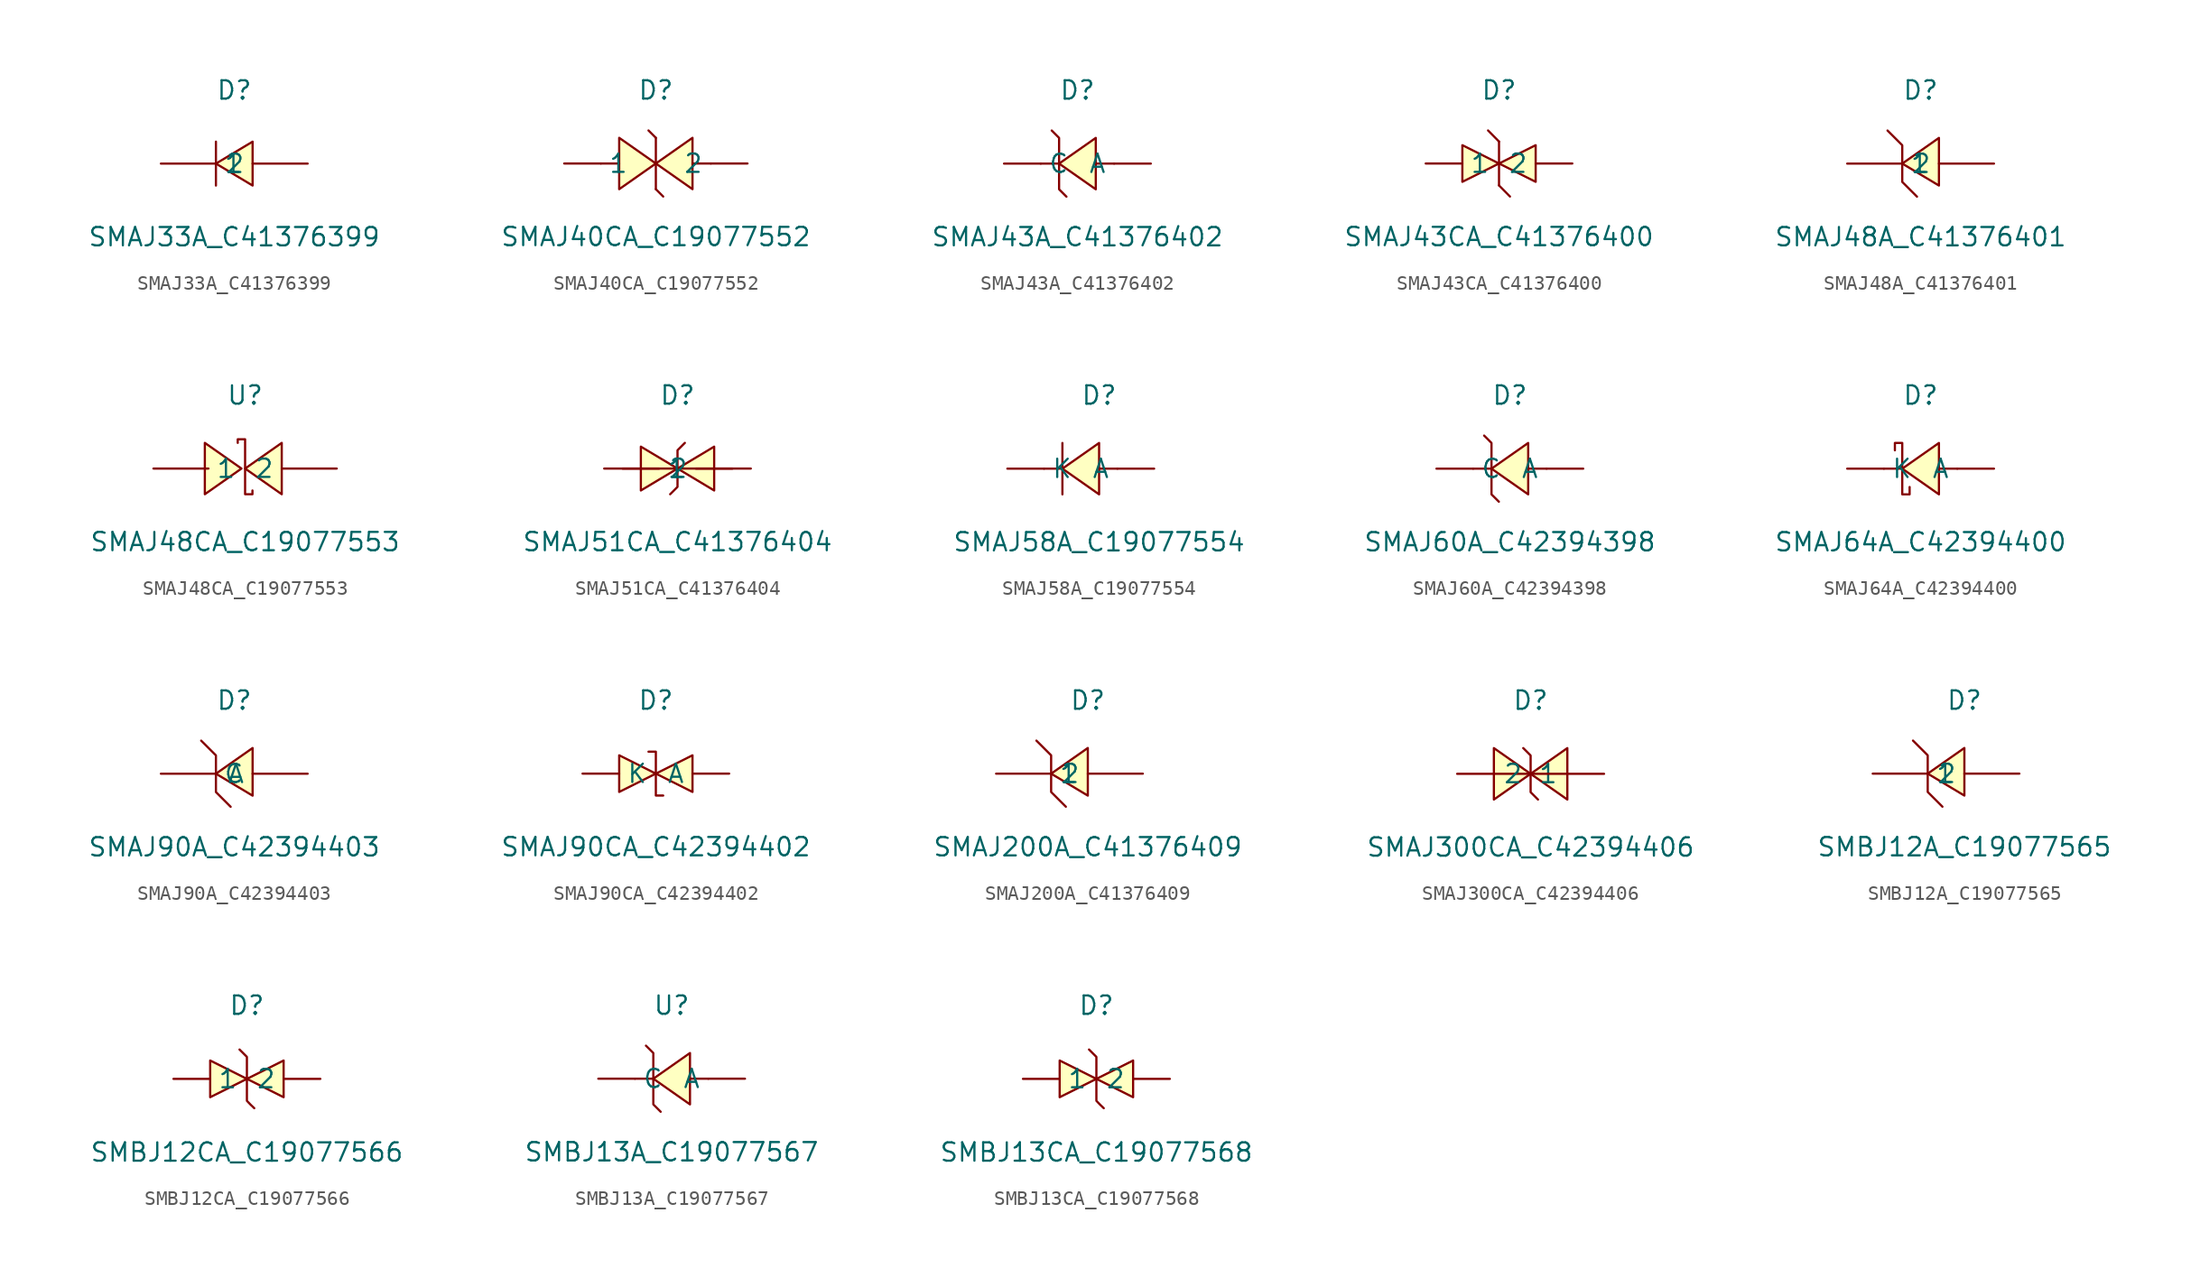
<source format=kicad_sym>
(kicad_symbol_lib
  (version 20241209)
  (generator "kicad_symbol_editor")
  (generator_version "9.0")
  (symbol "SMAJ33A_C41376399"
    (pin_numbers
      (hide yes))
    (property "Reference" "D"
      (at 0 5.08 0)
      (effects (font (size 1.27 1.27))))
    (property "Value" "SMAJ33A_C41376399"
      (at 0 -5.08 0)
      (effects (font (size 1.27 1.27))))
    (symbol "SMAJ33A_C41376399_0_1"
      (polyline (pts (xy -1.27 -1.52) (xy -1.27 1.52)) (stroke (width 0) (type default)) (fill (type none)))
      (polyline (pts (xy 1.27 1.52) (xy -1.27 0) (xy 1.27 -1.52) (xy 1.27 1.52)) (stroke (width 0) (type default)) (fill (type background)))
      (pin unspecified line (at -5.08 0 0) (length 3.81) (name "1" (effects (font (size 1.27 1.27)))) (number "1" (effects (font (size 1.27 1.27)))))
      (pin unspecified line (at 5.08 0 180) (length 3.81) (name "2" (effects (font (size 1.27 1.27)))) (number "2" (effects (font (size 1.27 1.27)))))))
  (symbol "SMAJ40CA_C19077552"
    (pin_numbers
      (hide yes))
    (property "Reference" "D"
      (at 0 5.08 0)
      (effects (font (size 1.27 1.27))))
    (property "Value" "SMAJ40CA_C19077552"
      (at 0 -5.08 0)
      (effects (font (size 1.27 1.27))))
    (symbol "SMAJ40CA_C19077552_0_1"
      (polyline (pts (xy -2.54 0) (xy -3.81 0)) (stroke (width 0) (type default)) (fill (type none)))
      (polyline (pts (xy -2.54 -1.78) (xy 0 0) (xy -2.54 1.78) (xy -2.54 -1.78)) (stroke (width 0) (type default)) (fill (type background)))
      (polyline (pts (xy 0 1.78) (xy -0.51 2.29)) (stroke (width 0) (type default)) (fill (type none)))
      (polyline (pts (xy 0 1.78) (xy 0 -1.78)) (stroke (width 0) (type default)) (fill (type none)))
      (polyline (pts (xy 0 -1.78) (xy 0.51 -2.29)) (stroke (width 0) (type default)) (fill (type none)))
      (polyline (pts (xy 2.54 1.78) (xy 0 0) (xy 2.54 -1.78) (xy 2.54 1.78)) (stroke (width 0) (type default)) (fill (type background)))
      (polyline (pts (xy 3.81 0) (xy 2.54 0)) (stroke (width 0) (type default)) (fill (type none)))
      (pin unspecified line (at -6.35 0 0) (length 2.54) (name "1" (effects (font (size 1.27 1.27)))) (number "1" (effects (font (size 1.27 1.27)))))
      (pin unspecified line (at 6.35 0 180) (length 2.54) (name "2" (effects (font (size 1.27 1.27)))) (number "2" (effects (font (size 1.27 1.27)))))))
  (symbol "SMAJ43A_C41376402"
    (pin_numbers
      (hide yes))
    (property "Reference" "D"
      (at 0 6.35 0)
      (effects (font (size 1.27 1.27))))
    (property "Value" "SMAJ43A_C41376402"
      (at 0 -3.81 0)
      (effects (font (size 1.27 1.27))))
    (symbol "SMAJ43A_C41376402_0_1"
      (polyline (pts (xy -1.78 3.56) (xy -1.78 3.56) (xy -1.27 3.05) (xy -1.27 -0.51) (xy -0.76 -1.02) (xy -0.76 -1.02)) (stroke (width 0) (type default)) (fill (type none)))
      (polyline (pts (xy -1.27 1.27) (xy -2.54 1.27)) (stroke (width 0) (type default)) (fill (type none)))
      (polyline (pts (xy 1.27 3.05) (xy -1.27 1.27) (xy 1.27 -0.51) (xy 1.27 3.05)) (stroke (width 0) (type default)) (fill (type background)))
      (polyline (pts (xy 2.54 1.27) (xy 1.27 1.27)) (stroke (width 0) (type default)) (fill (type none)))
      (pin unspecified line (at -5.08 1.27 0) (length 2.54) (name "C" (effects (font (size 1.27 1.27)))) (number "1" (effects (font (size 1.27 1.27)))))
      (pin unspecified line (at 5.08 1.27 180) (length 2.54) (name "A" (effects (font (size 1.27 1.27)))) (number "2" (effects (font (size 1.27 1.27)))))))
  (symbol "SMAJ43CA_C41376400"
    (pin_numbers
      (hide yes))
    (property "Reference" "D"
      (at 0 5.08 0)
      (effects (font (size 1.27 1.27))))
    (property "Value" "SMAJ43CA_C41376400"
      (at 0 -5.08 0)
      (effects (font (size 1.27 1.27))))
    (symbol "SMAJ43CA_C41376400_0_1"
      (polyline (pts (xy -2.54 1.27) (xy 0 0) (xy -2.54 -1.27) (xy -2.54 1.27)) (stroke (width 0) (type default)) (fill (type background)))
      (polyline (pts (xy 0 1.52) (xy -0.76 2.29)) (stroke (width 0) (type default)) (fill (type none)))
      (polyline (pts (xy 0 1.52) (xy 0 -1.52)) (stroke (width 0) (type default)) (fill (type none)))
      (polyline (pts (xy 0.76 -2.29) (xy 0 -1.52)) (stroke (width 0) (type default)) (fill (type none)))
      (polyline (pts (xy 2.54 1.27) (xy 0 0) (xy 2.54 -1.27) (xy 2.54 1.27)) (stroke (width 0) (type default)) (fill (type background)))
      (pin unspecified line (at -5.08 0 0) (length 2.54) (name "1" (effects (font (size 1.27 1.27)))) (number "1" (effects (font (size 1.27 1.27)))))
      (pin unspecified line (at 5.08 0 180) (length 2.54) (name "2" (effects (font (size 1.27 1.27)))) (number "2" (effects (font (size 1.27 1.27)))))))
  (symbol "SMAJ48A_C41376401"
    (pin_numbers
      (hide yes))
    (property "Reference" "D"
      (at 0 5.08 0)
      (effects (font (size 1.27 1.27))))
    (property "Value" "SMAJ48A_C41376401"
      (at 0 -5.08 0)
      (effects (font (size 1.27 1.27))))
    (symbol "SMAJ48A_C41376401_0_1"
      (polyline (pts (xy -2.29 2.29) (xy -1.27 1.27) (xy -1.27 -1.27) (xy -0.25 -2.29)) (stroke (width 0) (type default)) (fill (type none)))
      (polyline (pts (xy 1.27 -1.52) (xy -1.27 0) (xy 1.27 1.78) (xy 1.27 -1.52)) (stroke (width 0) (type default)) (fill (type background)))
      (pin unspecified line (at -5.08 0 0) (length 3.81) (name "1" (effects (font (size 1.27 1.27)))) (number "1" (effects (font (size 1.27 1.27)))))
      (pin unspecified line (at 5.08 0 180) (length 3.81) (name "2" (effects (font (size 1.27 1.27)))) (number "2" (effects (font (size 1.27 1.27)))))))
  (symbol "SMAJ48CA_C19077553"
    (pin_numbers
      (hide yes))
    (property "Reference" "U"
      (at 0 5.08 0)
      (effects (font (size 1.27 1.27))))
    (property "Value" "SMAJ48CA_C19077553"
      (at 0 -5.08 0)
      (effects (font (size 1.27 1.27))))
    (symbol "SMAJ48CA_C19077553_0_1"
      (polyline (pts (xy -2.79 -1.78) (xy -0.25 0) (xy -2.79 1.78) (xy -2.79 -1.78)) (stroke (width 0) (type default)) (fill (type background)))
      (polyline (pts (xy 0.51 -1.52) (xy 0.51 -1.78) (xy 0 -1.78) (xy 0 2.03) (xy -0.51 2.03) (xy -0.51 1.78)) (stroke (width 0) (type default)) (fill (type none)))
      (polyline (pts (xy 2.54 1.78) (xy 0 0) (xy 2.54 -1.78) (xy 2.54 1.78)) (stroke (width 0) (type default)) (fill (type background)))
      (pin unspecified line (at -6.35 0 0) (length 3.81) (name "1" (effects (font (size 1.27 1.27)))) (number "1" (effects (font (size 1.27 1.27)))))
      (pin unspecified line (at 6.35 0 180) (length 3.81) (name "2" (effects (font (size 1.27 1.27)))) (number "2" (effects (font (size 1.27 1.27)))))))
  (symbol "SMAJ51CA_C41376404"
    (pin_numbers
      (hide yes))
    (property "Reference" "D"
      (at 0 5.08 0)
      (effects (font (size 1.27 1.27))))
    (property "Value" "SMAJ51CA_C41376404"
      (at 0 -5.08 0)
      (effects (font (size 1.27 1.27))))
    (symbol "SMAJ51CA_C41376404_0_1"
      (polyline (pts (xy -3.81 0) (xy 3.81 0)) (stroke (width 0) (type default)) (fill (type none)))
      (polyline (pts (xy -2.54 -1.52) (xy 0 0) (xy -2.54 1.52) (xy -2.54 -1.52)) (stroke (width 0) (type default)) (fill (type background)))
      (polyline (pts (xy -0.51 -1.78) (xy 0 -1.27) (xy 0 1.27) (xy 0.51 1.78)) (stroke (width 0) (type default)) (fill (type none)))
      (polyline (pts (xy 2.54 1.52) (xy 0 0) (xy 2.54 -1.52) (xy 2.54 1.52)) (stroke (width 0) (type default)) (fill (type background)))
      (pin unspecified line (at -5.08 0 0) (length 3.81) (name "1" (effects (font (size 1.27 1.27)))) (number "1" (effects (font (size 1.27 1.27)))))
      (pin unspecified line (at 5.08 0 180) (length 3.81) (name "2" (effects (font (size 1.27 1.27)))) (number "2" (effects (font (size 1.27 1.27)))))))
  (symbol "SMAJ58A_C19077554"
    (pin_numbers
      (hide yes))
    (property "Reference" "D"
      (at 0 5.08 0)
      (effects (font (size 1.27 1.27))))
    (property "Value" "SMAJ58A_C19077554"
      (at 0 -5.08 0)
      (effects (font (size 1.27 1.27))))
    (symbol "SMAJ58A_C19077554_0_1"
      (polyline (pts (xy -2.54 1.78) (xy -2.54 -1.78)) (stroke (width 0) (type default)) (fill (type none)))
      (polyline (pts (xy -2.54 0) (xy -3.81 0)) (stroke (width 0) (type default)) (fill (type none)))
      (polyline (pts (xy 0 1.78) (xy -2.54 0) (xy 0 -1.78) (xy 0 1.78)) (stroke (width 0) (type default)) (fill (type background)))
      (polyline (pts (xy 1.27 0) (xy 0 0)) (stroke (width 0) (type default)) (fill (type none)))
      (pin unspecified line (at -6.35 0 0) (length 2.54) (name "K" (effects (font (size 1.27 1.27)))) (number "1" (effects (font (size 1.27 1.27)))))
      (pin unspecified line (at 3.81 0 180) (length 2.54) (name "A" (effects (font (size 1.27 1.27)))) (number "2" (effects (font (size 1.27 1.27)))))))
  (symbol "SMAJ60A_C42394398"
    (pin_numbers
      (hide yes))
    (property "Reference" "D"
      (at 0 5.08 0)
      (effects (font (size 1.27 1.27))))
    (property "Value" "SMAJ60A_C42394398"
      (at 0 -5.08 0)
      (effects (font (size 1.27 1.27))))
    (symbol "SMAJ60A_C42394398_0_1"
      (polyline (pts (xy -1.78 2.29) (xy -1.78 2.29) (xy -1.27 1.78) (xy -1.27 -1.78) (xy -0.76 -2.29) (xy -0.76 -2.29)) (stroke (width 0) (type default)) (fill (type none)))
      (polyline (pts (xy -1.27 0) (xy -2.54 0)) (stroke (width 0) (type default)) (fill (type none)))
      (polyline (pts (xy 1.27 1.78) (xy -1.27 0) (xy 1.27 -1.78) (xy 1.27 1.78)) (stroke (width 0) (type default)) (fill (type background)))
      (polyline (pts (xy 2.54 0) (xy 1.27 0)) (stroke (width 0) (type default)) (fill (type none)))
      (pin unspecified line (at -5.08 0 0) (length 2.54) (name "C" (effects (font (size 1.27 1.27)))) (number "1" (effects (font (size 1.27 1.27)))))
      (pin unspecified line (at 5.08 0 180) (length 2.54) (name "A" (effects (font (size 1.27 1.27)))) (number "2" (effects (font (size 1.27 1.27)))))))
  (symbol "SMAJ64A_C42394400"
    (pin_numbers
      (hide yes))
    (property "Reference" "D"
      (at 0 5.08 0)
      (effects (font (size 1.27 1.27))))
    (property "Value" "SMAJ64A_C42394400"
      (at 0 -5.08 0)
      (effects (font (size 1.27 1.27))))
    (symbol "SMAJ64A_C42394400_0_1"
      (polyline (pts (xy -1.78 1.27) (xy -1.78 1.78) (xy -1.27 1.78) (xy -1.27 -1.78) (xy -0.76 -1.78) (xy -0.76 -1.27)) (stroke (width 0) (type default)) (fill (type none)))
      (polyline (pts (xy -1.27 0) (xy -2.54 0)) (stroke (width 0) (type default)) (fill (type none)))
      (polyline (pts (xy 1.27 1.78) (xy -1.27 0) (xy 1.27 -1.78) (xy 1.27 1.78)) (stroke (width 0) (type default)) (fill (type background)))
      (polyline (pts (xy 2.54 0) (xy 1.27 0)) (stroke (width 0) (type default)) (fill (type none)))
      (pin unspecified line (at -5.08 0 0) (length 2.54) (name "K" (effects (font (size 1.27 1.27)))) (number "1" (effects (font (size 1.27 1.27)))))
      (pin unspecified line (at 5.08 0 180) (length 2.54) (name "A" (effects (font (size 1.27 1.27)))) (number "2" (effects (font (size 1.27 1.27)))))))
  (symbol "SMAJ90A_C42394403"
    (pin_numbers
      (hide yes))
    (property "Reference" "D"
      (at 0 5.08 0)
      (effects (font (size 1.27 1.27))))
    (property "Value" "SMAJ90A_C42394403"
      (at 0 -5.08 0)
      (effects (font (size 1.27 1.27))))
    (symbol "SMAJ90A_C42394403_0_1"
      (polyline (pts (xy -2.29 2.29) (xy -1.27 1.27) (xy -1.27 -1.27) (xy -0.25 -2.29)) (stroke (width 0) (type default)) (fill (type none)))
      (polyline (pts (xy 1.27 -1.52) (xy -1.27 0) (xy 1.27 1.78) (xy 1.27 -1.52)) (stroke (width 0) (type default)) (fill (type background)))
      (pin unspecified line (at -5.08 0 0) (length 3.81) (name "C" (effects (font (size 1.27 1.27)))) (number "1" (effects (font (size 1.27 1.27)))))
      (pin unspecified line (at 5.08 0 180) (length 3.81) (name "A" (effects (font (size 1.27 1.27)))) (number "2" (effects (font (size 1.27 1.27)))))))
  (symbol "SMAJ90CA_C42394402"
    (pin_numbers
      (hide yes))
    (property "Reference" "D"
      (at 0 5.08 0)
      (effects (font (size 1.27 1.27))))
    (property "Value" "SMAJ90CA_C42394402"
      (at 0 -5.08 0)
      (effects (font (size 1.27 1.27))))
    (symbol "SMAJ90CA_C42394402_0_1"
      (polyline (pts (xy -2.54 1.27) (xy 0 0) (xy -2.54 -1.27) (xy -2.54 1.27)) (stroke (width 0) (type default)) (fill (type background)))
      (polyline (pts (xy -0.51 1.52) (xy -0.51 1.52) (xy 0 1.52) (xy 0 -1.52) (xy 0.51 -1.52) (xy 0.51 -1.52)) (stroke (width 0) (type default)) (fill (type none)))
      (polyline (pts (xy 2.54 1.27) (xy 0 0) (xy 2.54 -1.27) (xy 2.54 1.27)) (stroke (width 0) (type default)) (fill (type background)))
      (pin unspecified line (at -5.08 0 0) (length 2.54) (name "K" (effects (font (size 1.27 1.27)))) (number "1" (effects (font (size 1.27 1.27)))))
      (pin unspecified line (at 5.08 0 180) (length 2.54) (name "A" (effects (font (size 1.27 1.27)))) (number "2" (effects (font (size 1.27 1.27)))))))
  (symbol "SMAJ200A_C41376409"
    (pin_numbers
      (hide yes))
    (property "Reference" "D"
      (at 0 5.08 0)
      (effects (font (size 1.27 1.27))))
    (property "Value" "SMAJ200A_C41376409"
      (at 0 -5.08 0)
      (effects (font (size 1.27 1.27))))
    (symbol "SMAJ200A_C41376409_0_1"
      (polyline (pts (xy -3.56 2.29) (xy -2.54 1.27) (xy -2.54 -1.27) (xy -1.52 -2.29)) (stroke (width 0) (type default)) (fill (type none)))
      (polyline (pts (xy 0 -1.52) (xy -2.54 0) (xy 0 1.78) (xy 0 -1.52)) (stroke (width 0) (type default)) (fill (type background)))
      (pin unspecified line (at -6.35 0 0) (length 3.81) (name "1" (effects (font (size 1.27 1.27)))) (number "1" (effects (font (size 1.27 1.27)))))
      (pin unspecified line (at 3.81 0 180) (length 3.81) (name "2" (effects (font (size 1.27 1.27)))) (number "2" (effects (font (size 1.27 1.27)))))))
  (symbol "SMAJ300CA_C42394406"
    (pin_numbers
      (hide yes))
    (property "Reference" "D"
      (at 0 5.08 0)
      (effects (font (size 1.27 1.27))))
    (property "Value" "SMAJ300CA_C42394406"
      (at 0 -5.08 0)
      (effects (font (size 1.27 1.27))))
    (symbol "SMAJ300CA_C42394406_0_1"
      (polyline (pts (xy -2.54 -1.78) (xy 0 0) (xy -2.54 1.78) (xy -2.54 -1.78)) (stroke (width 0) (type default)) (fill (type background)))
      (polyline (pts (xy -0.51 1.78) (xy 0 1.27) (xy 0 -1.27) (xy 0.51 -1.78)) (stroke (width 0) (type default)) (fill (type none)))
      (polyline (pts (xy 2.54 1.78) (xy 0 0) (xy 2.54 -1.78) (xy 2.54 1.78)) (stroke (width 0) (type default)) (fill (type background)))
      (pin unspecified line (at -5.08 0 0) (length 5.08) (name "1" (effects (font (size 1.27 1.27)))) (number "1" (effects (font (size 1.27 1.27)))))
      (pin unspecified line (at 5.08 0 180) (length 5.08) (name "2" (effects (font (size 1.27 1.27)))) (number "2" (effects (font (size 1.27 1.27)))))))
  (symbol "SMBJ12A_C19077565"
    (pin_numbers
      (hide yes))
    (property "Reference" "D"
      (at 0 5.08 0)
      (effects (font (size 1.27 1.27))))
    (property "Value" "SMBJ12A_C19077565"
      (at 0 -5.08 0)
      (effects (font (size 1.27 1.27))))
    (symbol "SMBJ12A_C19077565_0_1"
      (polyline (pts (xy -3.56 2.29) (xy -2.54 1.27) (xy -2.54 -1.27) (xy -1.52 -2.29)) (stroke (width 0) (type default)) (fill (type none)))
      (polyline (pts (xy 0 -1.52) (xy -2.54 0) (xy 0 1.78) (xy 0 -1.52)) (stroke (width 0) (type default)) (fill (type background)))
      (pin unspecified line (at -6.35 0 0) (length 3.81) (name "1" (effects (font (size 1.27 1.27)))) (number "1" (effects (font (size 1.27 1.27)))))
      (pin unspecified line (at 3.81 0 180) (length 3.81) (name "2" (effects (font (size 1.27 1.27)))) (number "2" (effects (font (size 1.27 1.27)))))))
  (symbol "SMBJ12CA_C19077566"
    (pin_numbers
      (hide yes))
    (property "Reference" "D"
      (at 0 5.08 0)
      (effects (font (size 1.27 1.27))))
    (property "Value" "SMBJ12CA_C19077566"
      (at 0 -5.08 0)
      (effects (font (size 1.27 1.27))))
    (symbol "SMBJ12CA_C19077566_0_1"
      (polyline (pts (xy -2.54 1.27) (xy 0 0) (xy -2.54 -1.27) (xy -2.54 1.27)) (stroke (width 0) (type default)) (fill (type background)))
      (polyline (pts (xy -0.51 2.03) (xy -0.51 2.03) (xy 0 1.52) (xy 0 -1.52) (xy 0.25 -1.78) (xy 0.51 -2.03)) (stroke (width 0) (type default)) (fill (type none)))
      (polyline (pts (xy 2.54 1.27) (xy 0 0) (xy 2.54 -1.27) (xy 2.54 1.27)) (stroke (width 0) (type default)) (fill (type background)))
      (pin unspecified line (at -5.08 0 0) (length 2.54) (name "1" (effects (font (size 1.27 1.27)))) (number "1" (effects (font (size 1.27 1.27)))))
      (pin unspecified line (at 5.08 0 180) (length 2.54) (name "2" (effects (font (size 1.27 1.27)))) (number "2" (effects (font (size 1.27 1.27)))))))
  (symbol "SMBJ13A_C19077567"
    (pin_numbers
      (hide yes))
    (property "Reference" "U"
      (at 0 5.08 0)
      (effects (font (size 1.27 1.27))))
    (property "Value" "SMBJ13A_C19077567"
      (at 0 -5.08 0)
      (effects (font (size 1.27 1.27))))
    (symbol "SMBJ13A_C19077567_0_1"
      (polyline (pts (xy -1.78 2.29) (xy -1.78 2.29) (xy -1.27 1.78) (xy -1.27 -1.78) (xy -0.76 -2.29) (xy -0.76 -2.29)) (stroke (width 0) (type default)) (fill (type none)))
      (polyline (pts (xy -1.27 0) (xy -2.54 0)) (stroke (width 0) (type default)) (fill (type none)))
      (polyline (pts (xy 1.27 1.78) (xy -1.27 0) (xy 1.27 -1.78) (xy 1.27 1.78)) (stroke (width 0) (type default)) (fill (type background)))
      (polyline (pts (xy 2.54 0) (xy 1.27 0)) (stroke (width 0) (type default)) (fill (type none)))
      (pin unspecified line (at -5.08 0 0) (length 2.54) (name "C" (effects (font (size 1.27 1.27)))) (number "1" (effects (font (size 1.27 1.27)))))
      (pin unspecified line (at 5.08 0 180) (length 2.54) (name "A" (effects (font (size 1.27 1.27)))) (number "2" (effects (font (size 1.27 1.27)))))))
  (symbol "SMBJ13CA_C19077568"
    (pin_numbers
      (hide yes))
    (property "Reference" "D"
      (at 0 5.08 0)
      (effects (font (size 1.27 1.27))))
    (property "Value" "SMBJ13CA_C19077568"
      (at 0 -5.08 0)
      (effects (font (size 1.27 1.27))))
    (symbol "SMBJ13CA_C19077568_0_1"
      (polyline (pts (xy -2.54 1.27) (xy 0 0) (xy -2.54 -1.27) (xy -2.54 1.27)) (stroke (width 0) (type default)) (fill (type background)))
      (polyline (pts (xy -0.51 2.03) (xy -0.51 2.03) (xy 0 1.52) (xy 0 -1.52) (xy 0.25 -1.78) (xy 0.51 -2.03)) (stroke (width 0) (type default)) (fill (type none)))
      (polyline (pts (xy 2.54 1.27) (xy 0 0) (xy 2.54 -1.27) (xy 2.54 1.27)) (stroke (width 0) (type default)) (fill (type background)))
      (pin unspecified line (at -5.08 0 0) (length 2.54) (name "1" (effects (font (size 1.27 1.27)))) (number "1" (effects (font (size 1.27 1.27)))))
      (pin unspecified line (at 5.08 0 180) (length 2.54) (name "2" (effects (font (size 1.27 1.27)))) (number "2" (effects (font (size 1.27 1.27))))))))
</source>
